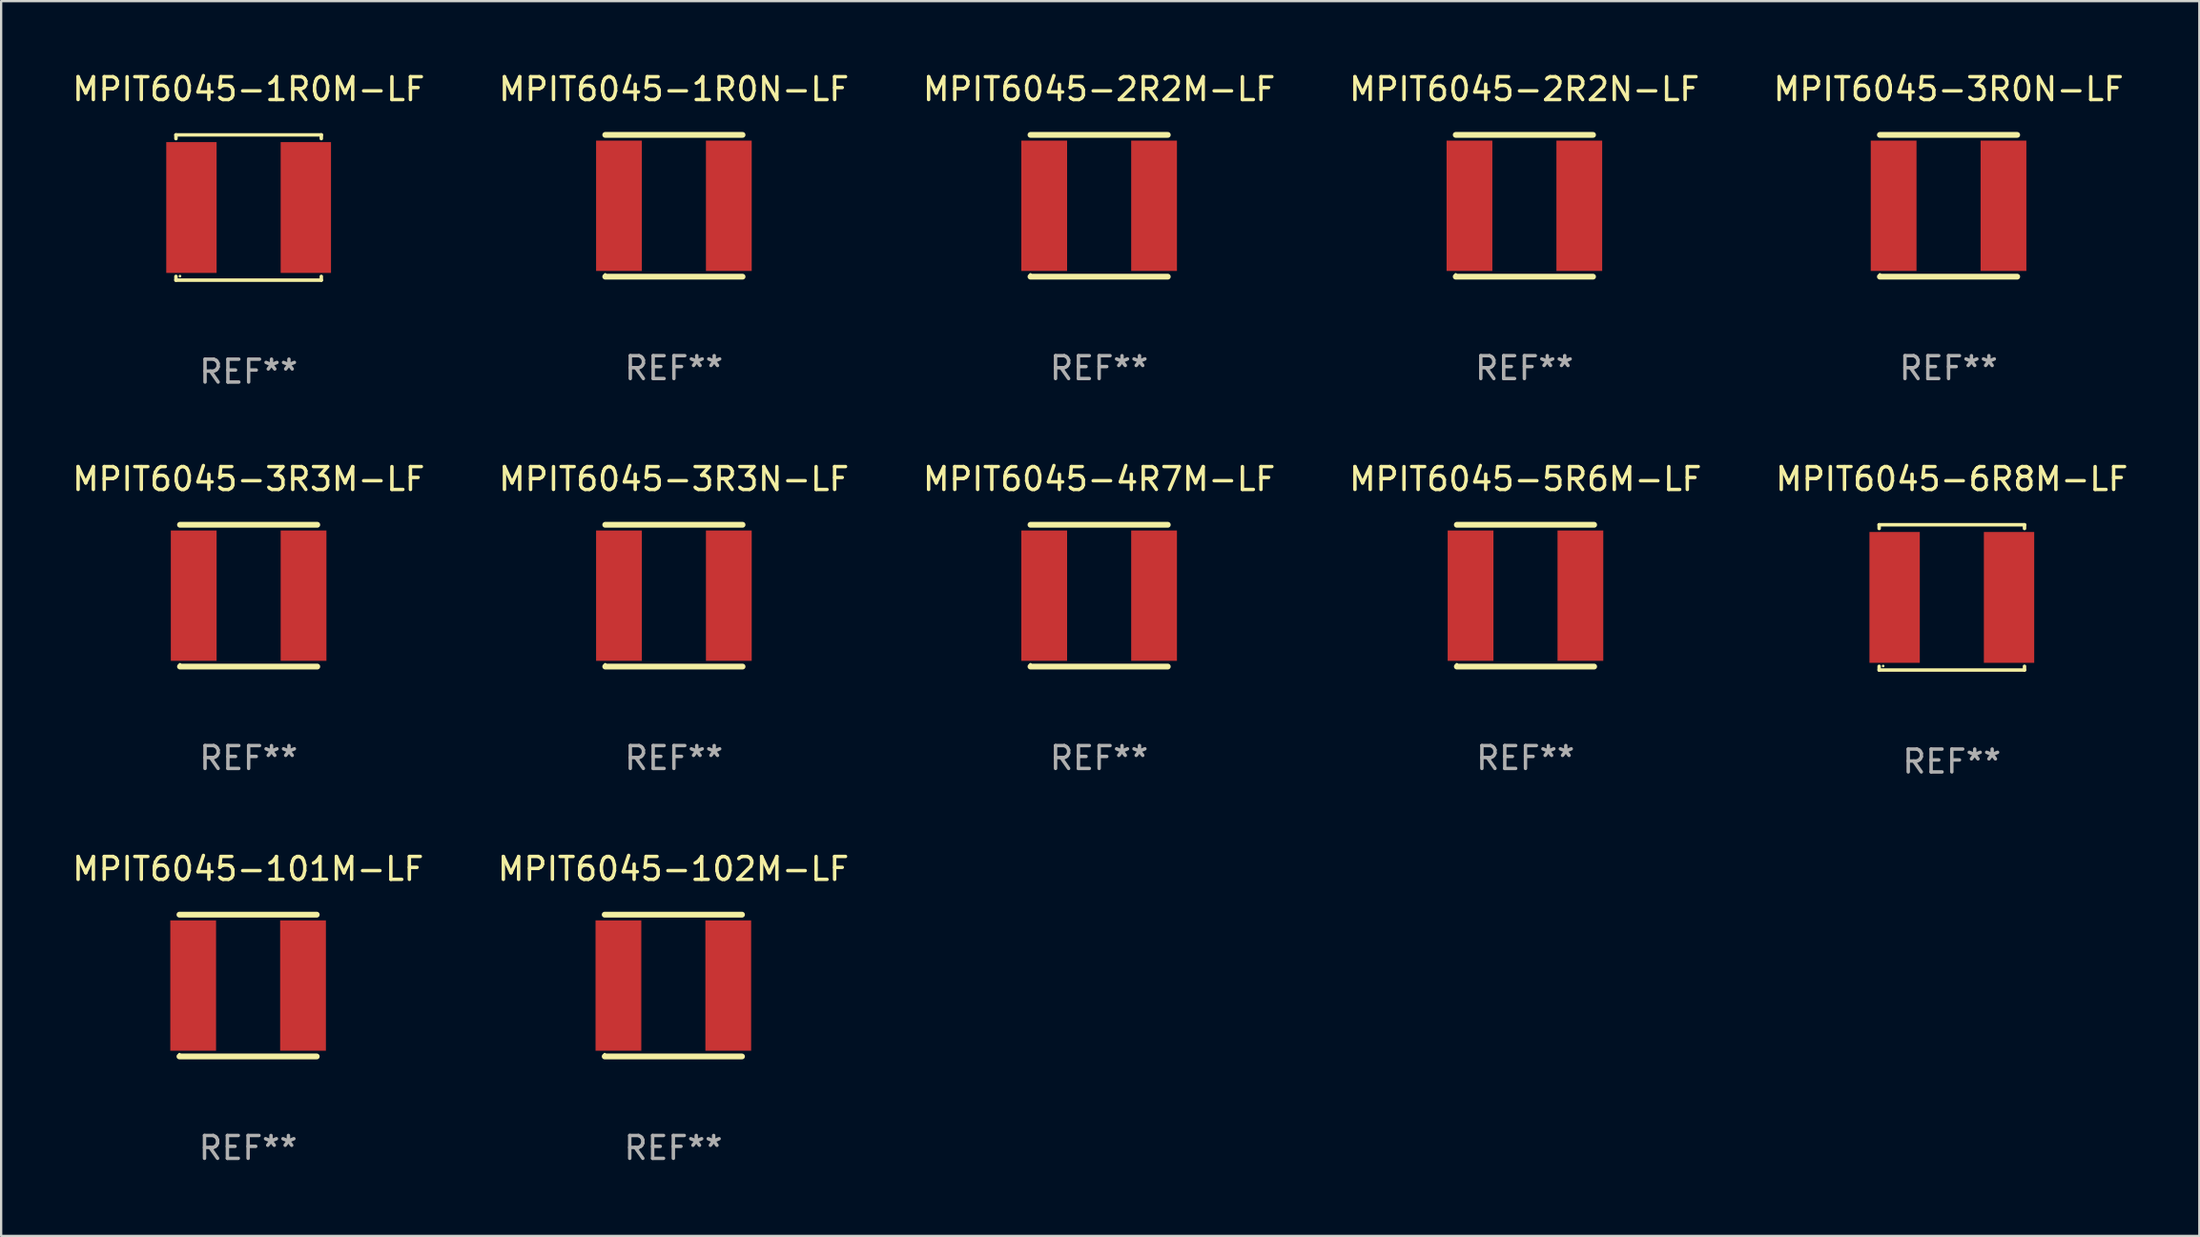
<source format=kicad_pcb>
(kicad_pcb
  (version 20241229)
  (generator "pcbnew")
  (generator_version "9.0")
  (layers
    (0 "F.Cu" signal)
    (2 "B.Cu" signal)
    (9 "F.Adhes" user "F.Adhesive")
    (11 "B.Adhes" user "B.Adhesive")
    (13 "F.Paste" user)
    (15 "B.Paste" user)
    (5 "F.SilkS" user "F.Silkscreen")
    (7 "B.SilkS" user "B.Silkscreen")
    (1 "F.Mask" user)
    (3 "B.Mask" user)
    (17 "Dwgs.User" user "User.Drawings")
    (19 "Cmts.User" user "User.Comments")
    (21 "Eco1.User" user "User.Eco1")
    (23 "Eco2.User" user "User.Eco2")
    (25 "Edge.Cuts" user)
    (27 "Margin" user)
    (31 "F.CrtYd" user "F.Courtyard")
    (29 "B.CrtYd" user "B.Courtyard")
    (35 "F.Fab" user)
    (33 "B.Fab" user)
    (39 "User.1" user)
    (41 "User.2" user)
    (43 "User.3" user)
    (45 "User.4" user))
  (footprint "MPIT6045-5R6M-LF"
    (layer "F.Cu")
    (at 63.613 22.997)
    (property "Reference" "MPIT6045-5R6M-LF" (at 0 -5.1 0) (layer "F.SilkS") (effects (font (size 1 1) (thickness 0.15))))
    (attr through_hole)
    (fp_line (start -3 -3.1) (end 3 -3.1) (stroke (width 0.254) (type solid)) (layer "F.SilkS"))
    (fp_line (start -3 3.1) (end 3 3.1) (stroke (width 0.254) (type solid)) (layer "F.SilkS"))
    (fp_circle (center -3 3) (end -2.97 3) (stroke (width 0.06) (type solid)) (fill no) (layer "F.SilkS"))
    (fp_text user "REF**" (at 0 7.1 0) (layer "F.Fab") (effects (font (size 1 1) (thickness 0.15))))
    (pad "1" smd rect (at -2.4 0) (size 2 5.7) (layers "F.Cu" "F.Mask" "F.Paste"))
    (pad "2" smd rect (at 2.4 0) (size 2 5.7) (layers "F.Cu" "F.Mask" "F.Paste")))
  (footprint "MPIT6045-3R3M-LF"
    (layer "F.Cu")
    (at 7.815 22.997)
    (property "Reference" "MPIT6045-3R3M-LF" (at 0 -5.1 0) (layer "F.SilkS") (effects (font (size 1 1) (thickness 0.15))))
    (attr through_hole)
    (fp_line (start -3 -3.1) (end 3 -3.1) (stroke (width 0.254) (type solid)) (layer "F.SilkS"))
    (fp_line (start -3 3.1) (end 3 3.1) (stroke (width 0.254) (type solid)) (layer "F.SilkS"))
    (fp_circle (center -3 3) (end -2.97 3) (stroke (width 0.06) (type solid)) (fill no) (layer "F.SilkS"))
    (fp_text user "REF**" (at 0 7.1 0) (layer "F.Fab") (effects (font (size 1 1) (thickness 0.15))))
    (pad "1" smd rect (at -2.4 0) (size 2 5.7) (layers "F.Cu" "F.Mask" "F.Paste"))
    (pad "2" smd rect (at 2.4 0) (size 2 5.7) (layers "F.Cu" "F.Mask" "F.Paste")))
  (footprint "MPIT6045-101M-LF"
    (layer "F.Cu")
    (at 7.792 40.046)
    (property "Reference" "MPIT6045-101M-LF" (at 0 -5.1 0) (layer "F.SilkS") (effects (font (size 1 1) (thickness 0.15))))
    (attr through_hole)
    (fp_line (start -3 -3.1) (end 3 -3.1) (stroke (width 0.254) (type solid)) (layer "F.SilkS"))
    (fp_line (start -3 3.1) (end 3 3.1) (stroke (width 0.254) (type solid)) (layer "F.SilkS"))
    (fp_circle (center -3 3) (end -2.97 3) (stroke (width 0.06) (type solid)) (fill no) (layer "F.SilkS"))
    (fp_text user "REF**" (at 0 7.1 0) (layer "F.Fab") (effects (font (size 1 1) (thickness 0.15))))
    (pad "1" smd rect (at -2.4 0) (size 2 5.7) (layers "F.Cu" "F.Mask" "F.Paste"))
    (pad "2" smd rect (at 2.4 0) (size 2 5.7) (layers "F.Cu" "F.Mask" "F.Paste")))
  (footprint "MPIT6045-3R0N-LF"
    (layer "F.Cu")
    (at 82.101 5.948)
    (property "Reference" "MPIT6045-3R0N-LF" (at 0 -5.1 0) (layer "F.SilkS") (effects (font (size 1 1) (thickness 0.15))))
    (attr through_hole)
    (fp_line (start -3 -3.1) (end 3 -3.1) (stroke (width 0.254) (type solid)) (layer "F.SilkS"))
    (fp_line (start -3 3.1) (end 3 3.1) (stroke (width 0.254) (type solid)) (layer "F.SilkS"))
    (fp_circle (center -3 3) (end -2.97 3) (stroke (width 0.06) (type solid)) (fill no) (layer "F.SilkS"))
    (fp_text user "REF**" (at 0 7.1 0) (layer "F.Fab") (effects (font (size 1 1) (thickness 0.15))))
    (pad "1" smd rect (at -2.4 0) (size 2 5.7) (layers "F.Cu" "F.Mask" "F.Paste"))
    (pad "2" smd rect (at 2.4 0) (size 2 5.7) (layers "F.Cu" "F.Mask" "F.Paste")))
  (footprint "MPIT6045-3R3N-LF"
    (layer "F.Cu")
    (at 26.399 22.997)
    (property "Reference" "MPIT6045-3R3N-LF" (at 0 -5.1 0) (layer "F.SilkS") (effects (font (size 1 1) (thickness 0.15))))
    (attr through_hole)
    (fp_line (start -3 -3.1) (end 3 -3.1) (stroke (width 0.254) (type solid)) (layer "F.SilkS"))
    (fp_line (start -3 3.1) (end 3 3.1) (stroke (width 0.254) (type solid)) (layer "F.SilkS"))
    (fp_circle (center -3 3) (end -2.97 3) (stroke (width 0.06) (type solid)) (fill no) (layer "F.SilkS"))
    (fp_text user "REF**" (at 0 7.1 0) (layer "F.Fab") (effects (font (size 1 1) (thickness 0.15))))
    (pad "1" smd rect (at -2.4 0) (size 2 5.7) (layers "F.Cu" "F.Mask" "F.Paste"))
    (pad "2" smd rect (at 2.4 0) (size 2 5.7) (layers "F.Cu" "F.Mask" "F.Paste")))
  (footprint "MPIT6045-1R0M-LF"
    (layer "F.Cu")
    (at 7.815 6.024)
    (property "Reference" "MPIT6045-1R0M-LF" (at 0 -5.176 0) (layer "F.SilkS") (effects (font (size 1 1) (thickness 0.15))))
    (attr through_hole)
    (fp_line (start -3.176 -3.176) (end 3.176 -3.176) (stroke (width 0.152) (type solid)) (layer "F.SilkS"))
    (fp_line (start -3.176 -3.012) (end -3.176 -3.176) (stroke (width 0.152) (type solid)) (layer "F.SilkS"))
    (fp_line (start -3.176 3.012) (end -3.176 3.176) (stroke (width 0.152) (type solid)) (layer "F.SilkS"))
    (fp_line (start -3.176 3.176) (end 3.176 3.176) (stroke (width 0.152) (type solid)) (layer "F.SilkS"))
    (fp_line (start 3.176 -3.176) (end 3.176 -3.012) (stroke (width 0.152) (type solid)) (layer "F.SilkS"))
    (fp_line (start 3.176 3.176) (end 3.176 3.012) (stroke (width 0.152) (type solid)) (layer "F.SilkS"))
    (fp_circle (center -3 3) (end -2.97 3) (stroke (width 0.06) (type solid)) (fill no) (layer "F.SilkS"))
    (fp_text user "REF**" (at 0 7.176 0) (layer "F.Fab") (effects (font (size 1 1) (thickness 0.15))))
    (pad "1" smd rect (at -2.5 0) (size 2.2 5.72) (layers "F.Cu" "F.Mask" "F.Paste"))
    (pad "2" smd rect (at 2.5 0) (size 2.2 5.72) (layers "F.Cu" "F.Mask" "F.Paste")))
  (footprint "MPIT6045-2R2M-LF"
    (layer "F.Cu")
    (at 44.982 5.948)
    (property "Reference" "MPIT6045-2R2M-LF" (at 0 -5.1 0) (layer "F.SilkS") (effects (font (size 1 1) (thickness 0.15))))
    (attr through_hole)
    (fp_line (start -3 -3.1) (end 3 -3.1) (stroke (width 0.254) (type solid)) (layer "F.SilkS"))
    (fp_line (start -3 3.1) (end 3 3.1) (stroke (width 0.254) (type solid)) (layer "F.SilkS"))
    (fp_circle (center -3 3) (end -2.97 3) (stroke (width 0.06) (type solid)) (fill no) (layer "F.SilkS"))
    (fp_text user "REF**" (at 0 7.1 0) (layer "F.Fab") (effects (font (size 1 1) (thickness 0.15))))
    (pad "1" smd rect (at -2.4 0) (size 2 5.7) (layers "F.Cu" "F.Mask" "F.Paste"))
    (pad "2" smd rect (at 2.4 0) (size 2 5.7) (layers "F.Cu" "F.Mask" "F.Paste")))
  (footprint "MPIT6045-6R8M-LF"
    (layer "F.Cu")
    (at 82.244 23.073)
    (property "Reference" "MPIT6045-6R8M-LF" (at 0 -5.176 0) (layer "F.SilkS") (effects (font (size 1 1) (thickness 0.15))))
    (attr through_hole)
    (fp_line (start -3.176 -3.176) (end 3.176 -3.176) (stroke (width 0.152) (type solid)) (layer "F.SilkS"))
    (fp_line (start -3.176 -3.012) (end -3.176 -3.176) (stroke (width 0.152) (type solid)) (layer "F.SilkS"))
    (fp_line (start -3.176 3.012) (end -3.176 3.176) (stroke (width 0.152) (type solid)) (layer "F.SilkS"))
    (fp_line (start -3.176 3.176) (end 3.176 3.176) (stroke (width 0.152) (type solid)) (layer "F.SilkS"))
    (fp_line (start 3.176 -3.176) (end 3.176 -3.012) (stroke (width 0.152) (type solid)) (layer "F.SilkS"))
    (fp_line (start 3.176 3.176) (end 3.176 3.012) (stroke (width 0.152) (type solid)) (layer "F.SilkS"))
    (fp_circle (center -3 3) (end -2.97 3) (stroke (width 0.06) (type solid)) (fill no) (layer "F.SilkS"))
    (fp_text user "REF**" (at 0 7.176 0) (layer "F.Fab") (effects (font (size 1 1) (thickness 0.15))))
    (pad "1" smd rect (at -2.5 0) (size 2.2 5.72) (layers "F.Cu" "F.Mask" "F.Paste"))
    (pad "2" smd rect (at 2.5 0) (size 2.2 5.72) (layers "F.Cu" "F.Mask" "F.Paste")))
  (footprint "MPIT6045-1R0N-LF"
    (layer "F.Cu")
    (at 26.399 5.948)
    (property "Reference" "MPIT6045-1R0N-LF" (at 0 -5.1 0) (layer "F.SilkS") (effects (font (size 1 1) (thickness 0.15))))
    (attr through_hole)
    (fp_line (start -3 -3.1) (end 3 -3.1) (stroke (width 0.254) (type solid)) (layer "F.SilkS"))
    (fp_line (start -3 3.1) (end 3 3.1) (stroke (width 0.254) (type solid)) (layer "F.SilkS"))
    (fp_circle (center -3 3) (end -2.97 3) (stroke (width 0.06) (type solid)) (fill no) (layer "F.SilkS"))
    (fp_text user "REF**" (at 0 7.1 0) (layer "F.Fab") (effects (font (size 1 1) (thickness 0.15))))
    (pad "1" smd rect (at -2.4 0) (size 2 5.7) (layers "F.Cu" "F.Mask" "F.Paste"))
    (pad "2" smd rect (at 2.4 0) (size 2 5.7) (layers "F.Cu" "F.Mask" "F.Paste")))
  (footprint "MPIT6045-2R2N-LF"
    (layer "F.Cu")
    (at 63.565 5.948)
    (property "Reference" "MPIT6045-2R2N-LF" (at 0 -5.1 0) (layer "F.SilkS") (effects (font (size 1 1) (thickness 0.15))))
    (attr through_hole)
    (fp_line (start -3 -3.1) (end 3 -3.1) (stroke (width 0.254) (type solid)) (layer "F.SilkS"))
    (fp_line (start -3 3.1) (end 3 3.1) (stroke (width 0.254) (type solid)) (layer "F.SilkS"))
    (fp_circle (center -3 3) (end -2.97 3) (stroke (width 0.06) (type solid)) (fill no) (layer "F.SilkS"))
    (fp_text user "REF**" (at 0 7.1 0) (layer "F.Fab") (effects (font (size 1 1) (thickness 0.15))))
    (pad "1" smd rect (at -2.4 0) (size 2 5.7) (layers "F.Cu" "F.Mask" "F.Paste"))
    (pad "2" smd rect (at 2.4 0) (size 2 5.7) (layers "F.Cu" "F.Mask" "F.Paste")))
  (footprint "MPIT6045-102M-LF"
    (layer "F.Cu")
    (at 26.375 40.046)
    (property "Reference" "MPIT6045-102M-LF" (at 0 -5.1 0) (layer "F.SilkS") (effects (font (size 1 1) (thickness 0.15))))
    (attr through_hole)
    (fp_line (start -3 -3.1) (end 3 -3.1) (stroke (width 0.254) (type solid)) (layer "F.SilkS"))
    (fp_line (start -3 3.1) (end 3 3.1) (stroke (width 0.254) (type solid)) (layer "F.SilkS"))
    (fp_circle (center -3 3) (end -2.97 3) (stroke (width 0.06) (type solid)) (fill no) (layer "F.SilkS"))
    (fp_text user "REF**" (at 0 7.1 0) (layer "F.Fab") (effects (font (size 1 1) (thickness 0.15))))
    (pad "1" smd rect (at -2.4 0) (size 2 5.7) (layers "F.Cu" "F.Mask" "F.Paste"))
    (pad "2" smd rect (at 2.4 0) (size 2 5.7) (layers "F.Cu" "F.Mask" "F.Paste")))
  (footprint "MPIT6045-4R7M-LF"
    (layer "F.Cu")
    (at 44.982 22.997)
    (property "Reference" "MPIT6045-4R7M-LF" (at 0 -5.1 0) (layer "F.SilkS") (effects (font (size 1 1) (thickness 0.15))))
    (attr through_hole)
    (fp_line (start -3 -3.1) (end 3 -3.1) (stroke (width 0.254) (type solid)) (layer "F.SilkS"))
    (fp_line (start -3 3.1) (end 3 3.1) (stroke (width 0.254) (type solid)) (layer "F.SilkS"))
    (fp_circle (center -3 3) (end -2.97 3) (stroke (width 0.06) (type solid)) (fill no) (layer "F.SilkS"))
    (fp_text user "REF**" (at 0 7.1 0) (layer "F.Fab") (effects (font (size 1 1) (thickness 0.15))))
    (pad "1" smd rect (at -2.4 0) (size 2 5.7) (layers "F.Cu" "F.Mask" "F.Paste"))
    (pad "2" smd rect (at 2.4 0) (size 2 5.7) (layers "F.Cu" "F.Mask" "F.Paste")))
  (gr_rect
    (start -3 -3)
    (end 93.06 50.994)
    (stroke (width 0.1) (type default))
    (fill no)
    (layer "Edge.Cuts")))
</source>
